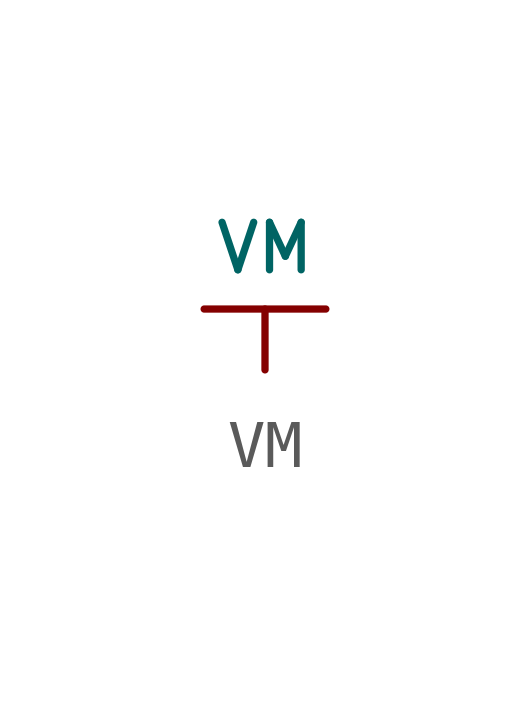
<source format=kicad_sym>
(kicad_symbol_lib
  (version 20220914)
  (generator kicad_symbol_editor)
  (symbol "VM"
    (power)
    (pin_numbers hide)
    (pin_names
      (offset 0) hide)
    (property "Reference" "#PWR"
      (at 0 -2.54 0)
      (effects (font (size 1.524 1.524)) hide))
    (property "Value" "VM"
      (at 0 1.27 0)
      (effects (font (size 0.991 0.991))))
    (property "Footprint" ""
      (at 0 0 0)
      (effects (font (size 1.524 1.524))))
    (property "Datasheet" ""
      (at 0 0 0)
      (effects (font (size 1.524 1.524))))
    (symbol "VM_0_1"
      (polyline (pts (xy -1.27 0) (xy 1.27 0)) (stroke (width 0) (type default)) (fill (type none))))
    (symbol "VM_1_1"
      (pin power_in line (at 0 -1.27 90) (length 1.27) (name "VM" (effects (font (size 1.27 1.27)))) (number "1" (effects (font (size 1.27 1.27))))))))
</source>
